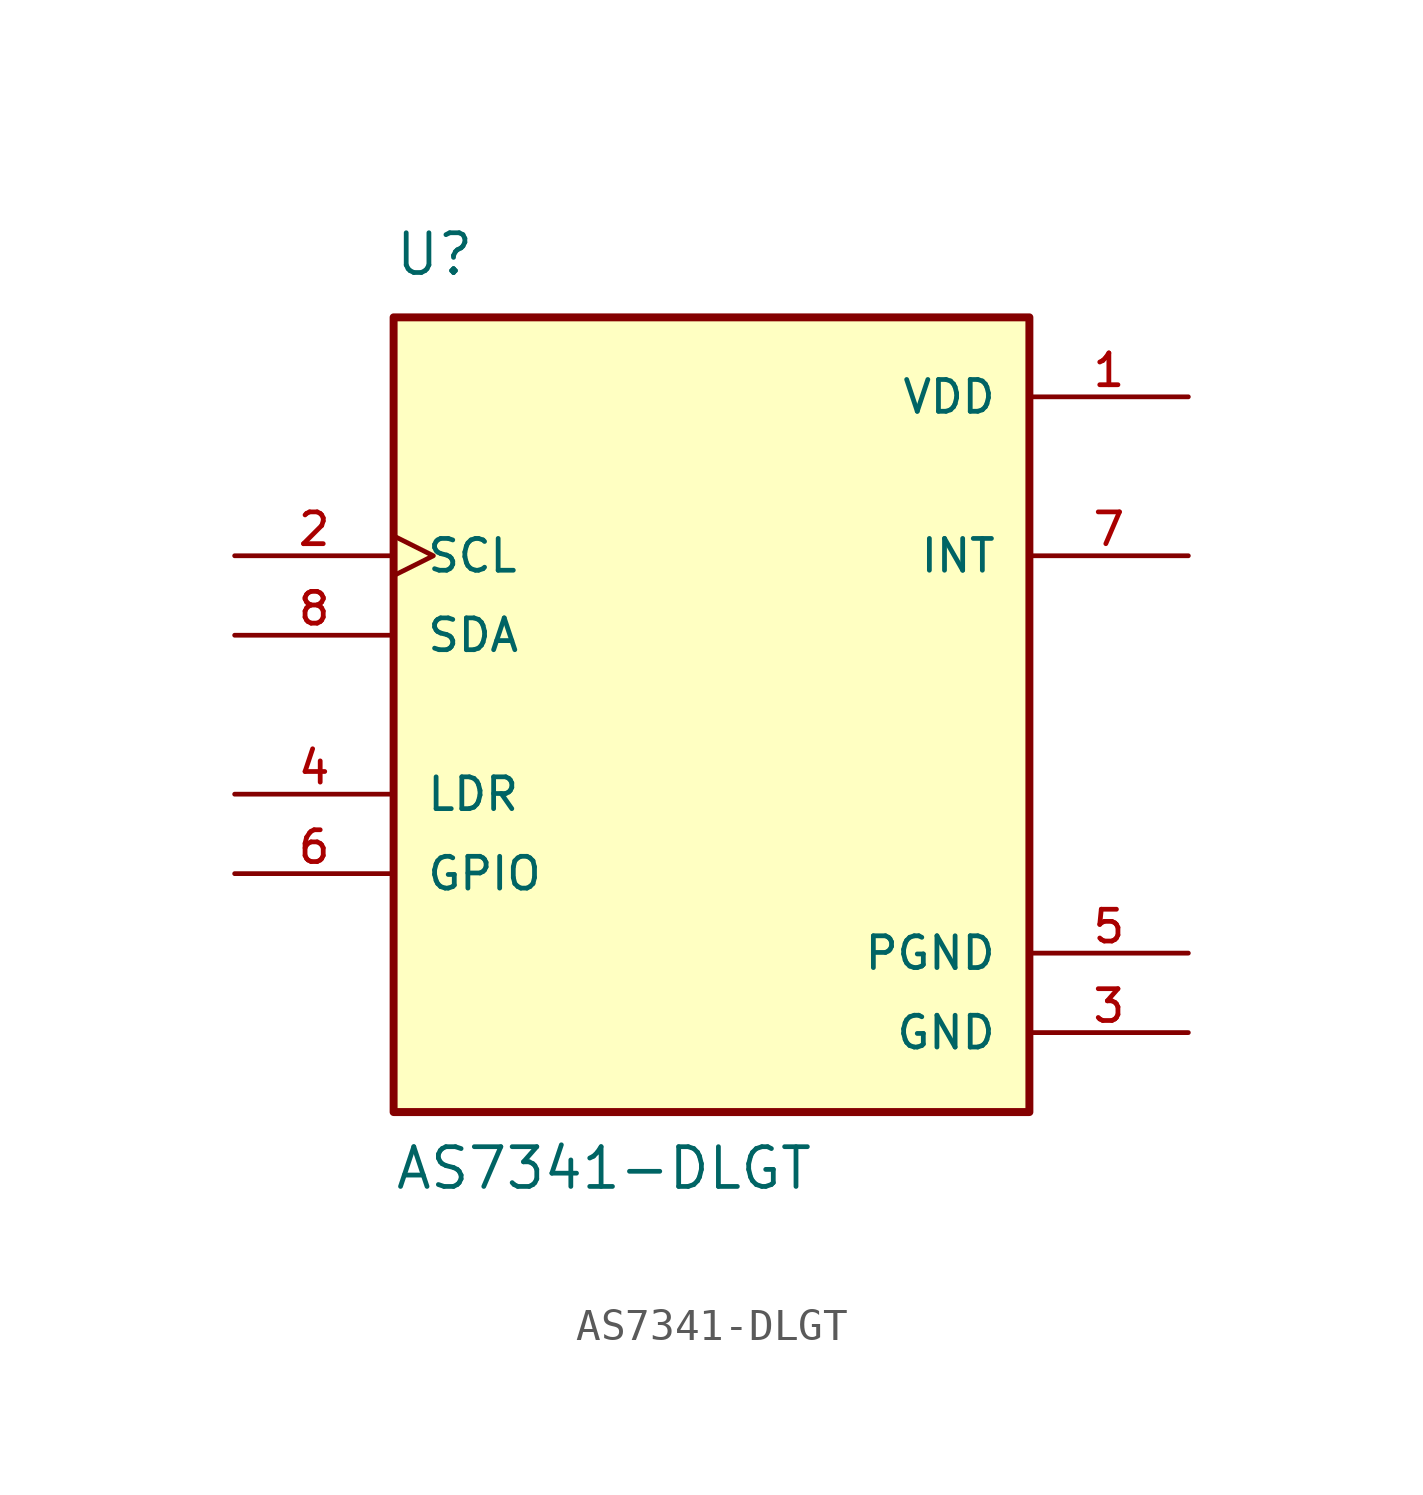
<source format=kicad_sym>
(kicad_symbol_lib
  (version 20211014)
  (generator kicad_symbol_editor)
  (symbol "AS7341-DLGT"
    (pin_names
      (offset 1.016))
    (property "Reference" "U"
      (at -10.16 13.97 0)
      (effects (font (size 1.27 1.27)) (justify left bottom)))
    (property "Value" "AS7341-DLGT"
      (at -10.16 -15.24 0)
      (effects (font (size 1.27 1.27)) (justify left bottom)))
    (property "ki_locked" ""
      (at 0 0 0)
      (effects (font (size 1.27 1.27))))
    (symbol "AS7341-DLGT_0_0"
      (rectangle (start -10.16 -12.7) (end 10.16 12.7) (stroke (width 0.254) (type default) (color 0 0 0 0)) (fill (type background)))
      (pin power_in line (at 15.24 10.16 180) (length 5.08) (name "VDD" (effects (font (size 1.016 1.016)))) (number "1" (effects (font (size 1.016 1.016)))))
      (pin input clock (at -15.24 5.08 0) (length 5.08) (name "SCL" (effects (font (size 1.016 1.016)))) (number "2" (effects (font (size 1.016 1.016)))))
      (pin power_in line (at 15.24 -10.16 180) (length 5.08) (name "GND" (effects (font (size 1.016 1.016)))) (number "3" (effects (font (size 1.016 1.016)))))
      (pin input line (at -15.24 -2.54 0) (length 5.08) (name "LDR" (effects (font (size 1.016 1.016)))) (number "4" (effects (font (size 1.016 1.016)))))
      (pin power_in line (at 15.24 -7.62 180) (length 5.08) (name "PGND" (effects (font (size 1.016 1.016)))) (number "5" (effects (font (size 1.016 1.016)))))
      (pin bidirectional line (at -15.24 -5.08 0) (length 5.08) (name "GPIO" (effects (font (size 1.016 1.016)))) (number "6" (effects (font (size 1.016 1.016)))))
      (pin output line (at 15.24 5.08 180) (length 5.08) (name "INT" (effects (font (size 1.016 1.016)))) (number "7" (effects (font (size 1.016 1.016)))))
      (pin bidirectional line (at -15.24 2.54 0) (length 5.08) (name "SDA" (effects (font (size 1.016 1.016)))) (number "8" (effects (font (size 1.016 1.016))))))))
</source>
